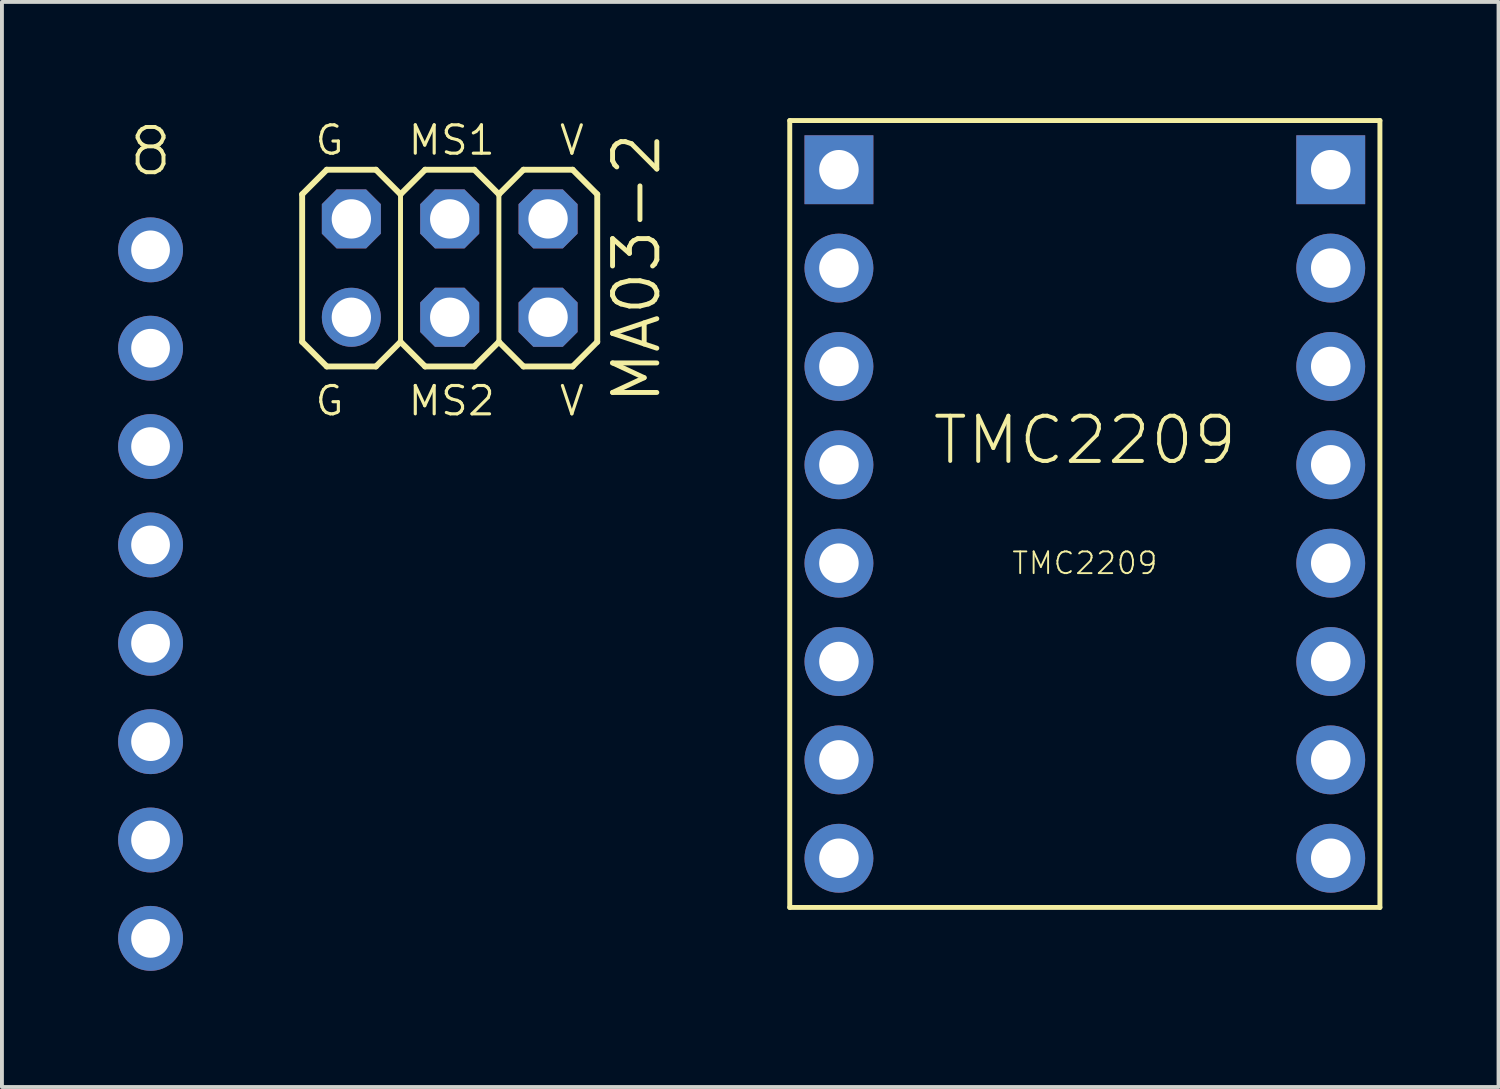
<source format=kicad_pcb>
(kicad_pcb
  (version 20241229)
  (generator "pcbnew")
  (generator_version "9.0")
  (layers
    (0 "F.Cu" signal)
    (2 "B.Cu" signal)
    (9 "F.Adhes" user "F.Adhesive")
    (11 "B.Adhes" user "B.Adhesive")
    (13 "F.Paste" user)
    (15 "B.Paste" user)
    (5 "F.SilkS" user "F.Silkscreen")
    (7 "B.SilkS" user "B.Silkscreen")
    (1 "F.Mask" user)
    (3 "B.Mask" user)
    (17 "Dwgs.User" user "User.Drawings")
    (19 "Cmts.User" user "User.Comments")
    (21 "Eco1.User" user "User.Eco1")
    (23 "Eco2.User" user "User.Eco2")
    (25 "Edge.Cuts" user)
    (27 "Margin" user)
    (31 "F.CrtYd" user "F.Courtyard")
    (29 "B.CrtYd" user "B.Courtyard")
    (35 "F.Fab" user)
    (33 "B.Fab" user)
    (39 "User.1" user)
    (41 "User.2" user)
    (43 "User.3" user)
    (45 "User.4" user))
  (footprint "TMC2209"
    (layer "F.Cu")
    (at 24.964 10.223)
    (property "Reference" "TMC2209" (at 0 -1.905 0) (layer "F.SilkS") (effects (font (size 1.168 1.168) (thickness 0.102))))
    (fp_line (start -7.62 -10.16) (end -7.62 10.16) (stroke (width 0.127) (type solid)) (layer "F.SilkS"))
    (fp_line (start -7.62 10.16) (end 7.62 10.16) (stroke (width 0.127) (type solid)) (layer "F.SilkS"))
    (fp_line (start 7.62 -10.16) (end -7.62 -10.16) (stroke (width 0.127) (type solid)) (layer "F.SilkS"))
    (fp_line (start 7.62 10.16) (end 7.62 -10.16) (stroke (width 0.127) (type solid)) (layer "F.SilkS"))
    (fp_text user "TMC2209" (at 0 1.27 0) (layer "F.SilkS") (effects (font (size 0.561 0.561) (thickness 0.049))))
    (pad "P$A1" thru_hole circle (at 6.35 -1.27) (size 1.778 1.778) (drill 1.02) (layers "*.Cu" "*.Mask"))
    (pad "P$A2" thru_hole circle (at 6.35 -3.81) (size 1.778 1.778) (drill 1.02) (layers "*.Cu" "*.Mask"))
    (pad "P$B1" thru_hole circle (at 6.35 1.27) (size 1.778 1.778) (drill 1.02) (layers "*.Cu" "*.Mask"))
    (pad "P$B2" thru_hole circle (at 6.35 3.81) (size 1.778 1.778) (drill 1.02) (layers "*.Cu" "*.Mask"))
    (pad "P$CLK" thru_hole circle (at -6.35 3.81) (size 1.778 1.778) (drill 1.02) (layers "*.Cu" "*.Mask"))
    (pad "P$DIR" thru_hole circle (at -6.35 8.89) (size 1.778 1.778) (drill 1.02) (layers "*.Cu" "*.Mask"))
    (pad "P$EN" thru_hole rect (at -6.35 -8.89) (size 1.778 1.778) (drill 1.02) (layers "*.Cu" "*.Mask"))
    (pad "P$GND@IO" thru_hole circle (at 6.35 8.89) (size 1.778 1.778) (drill 1.02) (layers "*.Cu" "*.Mask"))
    (pad "P$GND@M" thru_hole circle (at 6.35 -6.35) (size 1.778 1.778) (drill 1.02) (layers "*.Cu" "*.Mask"))
    (pad "P$MS1" thru_hole circle (at -6.35 -6.35) (size 1.778 1.778) (drill 1.02) (layers "*.Cu" "*.Mask"))
    (pad "P$MS2" thru_hole circle (at -6.35 -3.81) (size 1.778 1.778) (drill 1.02) (layers "*.Cu" "*.Mask"))
    (pad "P$RX" thru_hole circle (at -6.35 1.27) (size 1.778 1.778) (drill 1.02) (layers "*.Cu" "*.Mask"))
    (pad "P$STEP" thru_hole circle (at -6.35 6.35) (size 1.778 1.778) (drill 1.02) (layers "*.Cu" "*.Mask"))
    (pad "P$TX" thru_hole circle (at -6.35 -1.27) (size 1.778 1.778) (drill 1.02) (layers "*.Cu" "*.Mask"))
    (pad "P$VIO" thru_hole circle (at 6.35 6.35) (size 1.778 1.778) (drill 1.02) (layers "*.Cu" "*.Mask"))
    (pad "P$VM" thru_hole rect (at 6.35 -8.89) (size 1.778 1.778) (drill 1.02) (layers "*.Cu" "*.Mask")))
  (footprint "8"
    (layer "F.Cu")
    (at 0.838 3.402)
    (property "Reference" "8" (at 0 -2.54 0) (layer "F.SilkS") (effects (font (size 1.168 1.168) (thickness 0.102))))
    (pad "P$1" thru_hole circle (at 0 0) (size 1.676 1.676) (drill 1) (layers "*.Cu" "*.Mask"))
    (pad "P$2" thru_hole circle (at 0 2.54) (size 1.676 1.676) (drill 1) (layers "*.Cu" "*.Mask"))
    (pad "P$3" thru_hole circle (at 0 5.08) (size 1.676 1.676) (drill 1) (layers "*.Cu" "*.Mask"))
    (pad "P$4" thru_hole circle (at 0 7.62) (size 1.676 1.676) (drill 1) (layers "*.Cu" "*.Mask"))
    (pad "P$5" thru_hole circle (at 0 10.16) (size 1.676 1.676) (drill 1) (layers "*.Cu" "*.Mask"))
    (pad "P$6" thru_hole circle (at 0 12.7) (size 1.676 1.676) (drill 1) (layers "*.Cu" "*.Mask"))
    (pad "P$7" thru_hole circle (at 0 15.24) (size 1.676 1.676) (drill 1) (layers "*.Cu" "*.Mask"))
    (pad "P$8" thru_hole circle (at 0 17.78) (size 1.676 1.676) (drill 1) (layers "*.Cu" "*.Mask")))
  (footprint "MA03-2"
    (layer "F.Cu")
    (at 8.563 3.873)
    (property "Reference" "MA03-2" (at 4.826 0 270) (layer "F.SilkS") (effects (font (size 1.143 1.143) (thickness 0.127))))
    (fp_line (start -3.81 -1.905) (end -3.81 1.905) (stroke (width 0.152) (type solid)) (layer "F.SilkS"))
    (fp_line (start -3.81 1.905) (end -3.175 2.54) (stroke (width 0.152) (type solid)) (layer "F.SilkS"))
    (fp_line (start -3.175 -2.54) (end -3.81 -1.905) (stroke (width 0.152) (type solid)) (layer "F.SilkS"))
    (fp_line (start -3.175 -2.54) (end -1.905 -2.54) (stroke (width 0.152) (type solid)) (layer "F.SilkS"))
    (fp_line (start -1.905 -2.54) (end -1.27 -1.905) (stroke (width 0.152) (type solid)) (layer "F.SilkS"))
    (fp_line (start -1.905 2.54) (end -3.175 2.54) (stroke (width 0.152) (type solid)) (layer "F.SilkS"))
    (fp_line (start -1.27 -1.905) (end -1.27 1.905) (stroke (width 0.127) (type solid)) (layer "F.SilkS"))
    (fp_line (start -1.27 -1.905) (end -0.635 -2.54) (stroke (width 0.152) (type solid)) (layer "F.SilkS"))
    (fp_line (start -1.27 1.905) (end -1.905 2.54) (stroke (width 0.152) (type solid)) (layer "F.SilkS"))
    (fp_line (start -0.635 -2.54) (end 0.635 -2.54) (stroke (width 0.152) (type solid)) (layer "F.SilkS"))
    (fp_line (start -0.635 2.54) (end -1.27 1.905) (stroke (width 0.152) (type solid)) (layer "F.SilkS"))
    (fp_line (start 0.635 -2.54) (end 1.27 -1.905) (stroke (width 0.152) (type solid)) (layer "F.SilkS"))
    (fp_line (start 0.635 2.54) (end -0.635 2.54) (stroke (width 0.152) (type solid)) (layer "F.SilkS"))
    (fp_line (start 1.27 -1.905) (end 1.27 1.905) (stroke (width 0.127) (type solid)) (layer "F.SilkS"))
    (fp_line (start 1.27 -1.905) (end 1.905 -2.54) (stroke (width 0.152) (type solid)) (layer "F.SilkS"))
    (fp_line (start 1.27 1.905) (end 0.635 2.54) (stroke (width 0.152) (type solid)) (layer "F.SilkS"))
    (fp_line (start 1.905 -2.54) (end 3.175 -2.54) (stroke (width 0.152) (type solid)) (layer "F.SilkS"))
    (fp_line (start 1.905 2.54) (end 1.27 1.905) (stroke (width 0.152) (type solid)) (layer "F.SilkS"))
    (fp_line (start 3.175 -2.54) (end 3.81 -1.905) (stroke (width 0.152) (type solid)) (layer "F.SilkS"))
    (fp_line (start 3.175 2.54) (end 1.905 2.54) (stroke (width 0.152) (type solid)) (layer "F.SilkS"))
    (fp_line (start 3.81 -1.905) (end 3.81 1.905) (stroke (width 0.152) (type solid)) (layer "F.SilkS"))
    (fp_line (start 3.81 1.905) (end 3.175 2.54) (stroke (width 0.152) (type solid)) (layer "F.SilkS"))
    (fp_poly (pts (xy -2.794 -1.016) (xy -2.286 -1.016) (xy -2.286 -1.524) (xy -2.794 -1.524)) (stroke (width 0.1) (type solid)) (fill no) (layer "F.Fab"))
    (fp_poly (pts (xy -2.794 1.524) (xy -2.286 1.524) (xy -2.286 1.016) (xy -2.794 1.016)) (stroke (width 0.1) (type solid)) (fill no) (layer "F.Fab"))
    (fp_poly (pts (xy -0.254 -1.016) (xy 0.254 -1.016) (xy 0.254 -1.524) (xy -0.254 -1.524)) (stroke (width 0.1) (type solid)) (fill no) (layer "F.Fab"))
    (fp_poly (pts (xy -0.254 1.524) (xy 0.254 1.524) (xy 0.254 1.016) (xy -0.254 1.016)) (stroke (width 0.1) (type solid)) (fill no) (layer "F.Fab"))
    (fp_poly (pts (xy 2.286 -1.016) (xy 2.794 -1.016) (xy 2.794 -1.524) (xy 2.286 -1.524)) (stroke (width 0.1) (type solid)) (fill no) (layer "F.Fab"))
    (fp_poly (pts (xy 2.286 1.524) (xy 2.794 1.524) (xy 2.794 1.016) (xy 2.286 1.016)) (stroke (width 0.1) (type solid)) (fill no) (layer "F.Fab"))
    (fp_text user "G   MS1   V" (at 0 -3.302 0) (layer "F.SilkS") (effects (font (size 0.732 0.732) (thickness 0.081))))
    (fp_text user "G   MS2   V" (at 0 3.429 0) (layer "F.SilkS") (effects (font (size 0.732 0.732) (thickness 0.081))))
    (pad "1" thru_hole circle (at -2.54 1.27) (size 1.524 1.524) (drill 1.016) (layers "*.Cu" "*.Mask"))
    (pad "2" thru_hole roundrect (at -2.54 -1.27) (size 1.524 1.524) (drill 1.016) (layers "*.Cu" "*.Mask") (roundrect_rratio 0.25) (chamfer_ratio 0.25) (chamfer top_left top_right bottom_left bottom_right))
    (pad "3" thru_hole roundrect (at 0 1.27) (size 1.524 1.524) (drill 1.016) (layers "*.Cu" "*.Mask") (roundrect_rratio 0.25) (chamfer_ratio 0.25) (chamfer top_left top_right bottom_left bottom_right))
    (pad "4" thru_hole roundrect (at 0 -1.27) (size 1.524 1.524) (drill 1.016) (layers "*.Cu" "*.Mask") (roundrect_rratio 0.25) (chamfer_ratio 0.25) (chamfer top_left top_right bottom_left bottom_right))
    (pad "5" thru_hole roundrect (at 2.54 1.27) (size 1.524 1.524) (drill 1.016) (layers "*.Cu" "*.Mask") (roundrect_rratio 0.25) (chamfer_ratio 0.25) (chamfer top_left top_right bottom_left bottom_right))
    (pad "6" thru_hole roundrect (at 2.54 -1.27) (size 1.524 1.524) (drill 1.016) (layers "*.Cu" "*.Mask") (roundrect_rratio 0.25) (chamfer_ratio 0.25) (chamfer top_left top_right bottom_left bottom_right)))
  (gr_rect
    (start -3 -3)
    (end 35.647 25.02)
    (stroke (width 0.1) (type default))
    (fill no)
    (layer "Edge.Cuts")))
</source>
